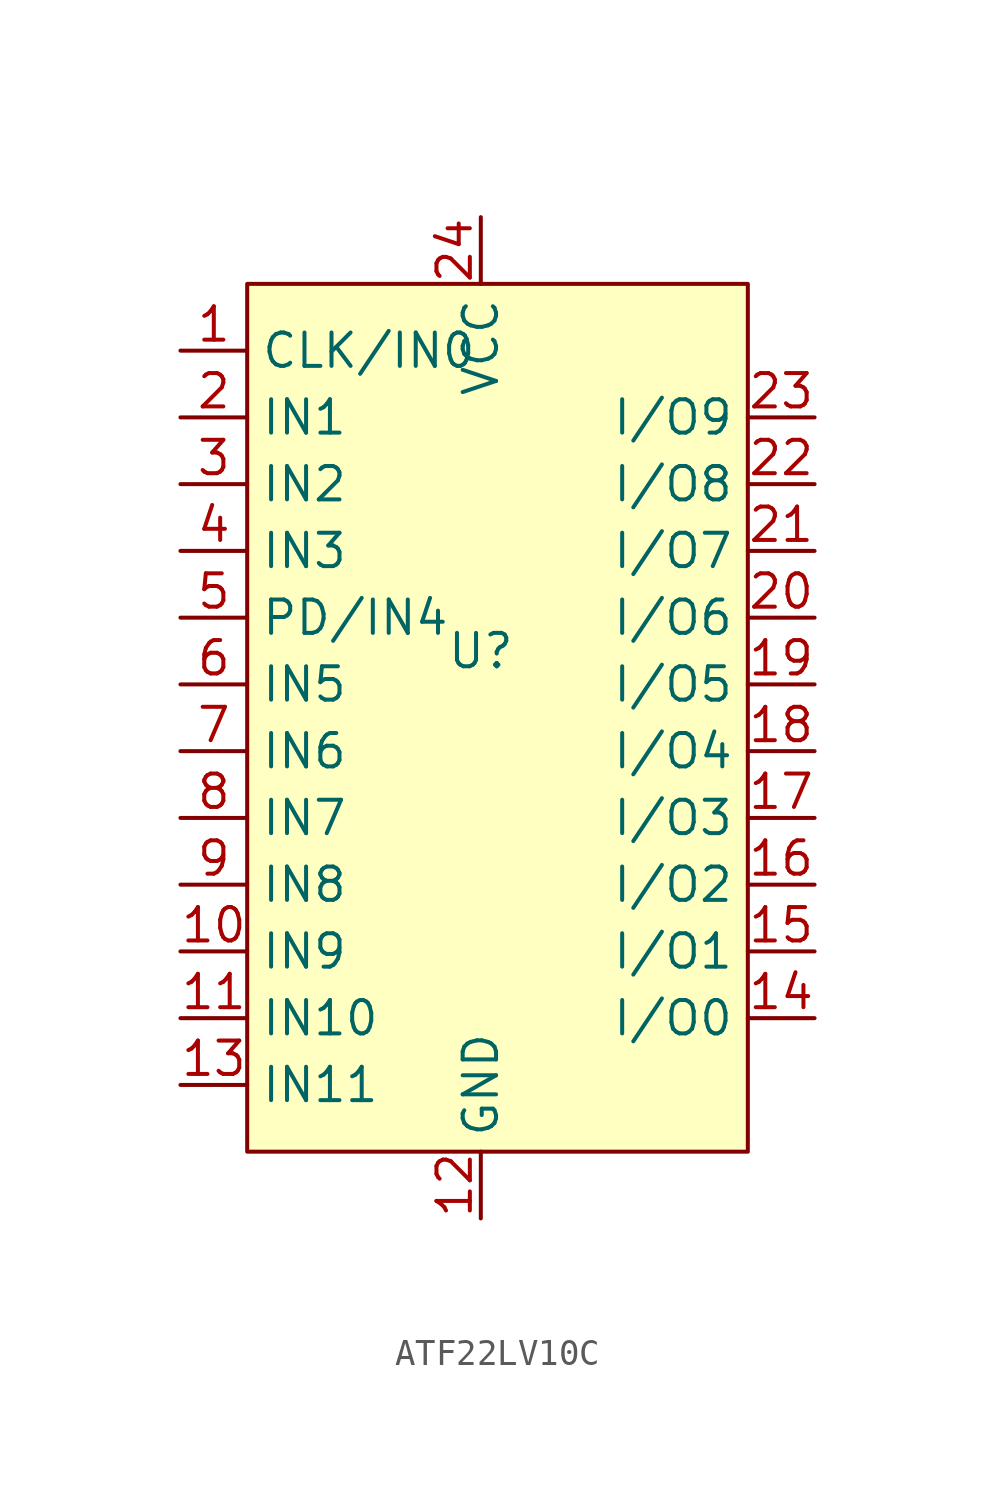
<source format=kicad_sym>
(kicad_symbol_lib
  (version 20231120)
  (generator "kicad_symbol_editor")
  (generator_version "8.0")
  (symbol "ATF22LV10C"
    (property "Reference" "U"
      (at 0 0 0)
      (effects (font (size 1.27 1.27))))
    (property "Value" ""
      (at 0 0 0)
      (effects (font (size 1.27 1.27))))
    (symbol "ATF22LV10C_1_1"
      (rectangle (start -8.89 13.97) (end 10.16 -19.05) (stroke (width 0) (type default)) (fill (type background)))
      (pin input line (at -11.43 11.43 0) (length 2.54) (name "CLK/IN0" (effects (font (size 1.27 1.27)))) (number "1" (effects (font (size 1.27 1.27)))))
      (pin input line (at -11.43 -11.43 0) (length 2.54) (name "IN9" (effects (font (size 1.27 1.27)))) (number "10" (effects (font (size 1.27 1.27)))))
      (pin input line (at -11.43 -13.97 0) (length 2.54) (name "IN10" (effects (font (size 1.27 1.27)))) (number "11" (effects (font (size 1.27 1.27)))))
      (pin power_in line (at 0 -21.59 90) (length 2.54) (name "GND" (effects (font (size 1.27 1.27)))) (number "12" (effects (font (size 1.27 1.27)))))
      (pin input line (at -11.43 -16.51 0) (length 2.54) (name "IN11" (effects (font (size 1.27 1.27)))) (number "13" (effects (font (size 1.27 1.27)))))
      (pin bidirectional line (at 12.7 -13.97 180) (length 2.54) (name "I/O0" (effects (font (size 1.27 1.27)))) (number "14" (effects (font (size 1.27 1.27)))))
      (pin bidirectional line (at 12.7 -11.43 180) (length 2.54) (name "I/O1" (effects (font (size 1.27 1.27)))) (number "15" (effects (font (size 1.27 1.27)))))
      (pin bidirectional line (at 12.7 -8.89 180) (length 2.54) (name "I/O2" (effects (font (size 1.27 1.27)))) (number "16" (effects (font (size 1.27 1.27)))))
      (pin bidirectional line (at 12.7 -6.35 180) (length 2.54) (name "I/O3" (effects (font (size 1.27 1.27)))) (number "17" (effects (font (size 1.27 1.27)))))
      (pin bidirectional line (at 12.7 -3.81 180) (length 2.54) (name "I/O4" (effects (font (size 1.27 1.27)))) (number "18" (effects (font (size 1.27 1.27)))))
      (pin bidirectional line (at 12.7 -1.27 180) (length 2.54) (name "I/O5" (effects (font (size 1.27 1.27)))) (number "19" (effects (font (size 1.27 1.27)))))
      (pin input line (at -11.43 8.89 0) (length 2.54) (name "IN1" (effects (font (size 1.27 1.27)))) (number "2" (effects (font (size 1.27 1.27)))))
      (pin bidirectional line (at 12.7 1.27 180) (length 2.54) (name "I/O6" (effects (font (size 1.27 1.27)))) (number "20" (effects (font (size 1.27 1.27)))))
      (pin bidirectional line (at 12.7 3.81 180) (length 2.54) (name "I/O7" (effects (font (size 1.27 1.27)))) (number "21" (effects (font (size 1.27 1.27)))))
      (pin bidirectional line (at 12.7 6.35 180) (length 2.54) (name "I/O8" (effects (font (size 1.27 1.27)))) (number "22" (effects (font (size 1.27 1.27)))))
      (pin bidirectional line (at 12.7 8.89 180) (length 2.54) (name "I/O9" (effects (font (size 1.27 1.27)))) (number "23" (effects (font (size 1.27 1.27)))))
      (pin power_in line (at 0 16.51 270) (length 2.54) (name "VCC" (effects (font (size 1.27 1.27)))) (number "24" (effects (font (size 1.27 1.27)))))
      (pin input line (at -11.43 6.35 0) (length 2.54) (name "IN2" (effects (font (size 1.27 1.27)))) (number "3" (effects (font (size 1.27 1.27)))))
      (pin input line (at -11.43 3.81 0) (length 2.54) (name "IN3" (effects (font (size 1.27 1.27)))) (number "4" (effects (font (size 1.27 1.27)))))
      (pin input line (at -11.43 1.27 0) (length 2.54) (name "PD/IN4" (effects (font (size 1.27 1.27)))) (number "5" (effects (font (size 1.27 1.27)))))
      (pin input line (at -11.43 -1.27 0) (length 2.54) (name "IN5" (effects (font (size 1.27 1.27)))) (number "6" (effects (font (size 1.27 1.27)))))
      (pin input line (at -11.43 -3.81 0) (length 2.54) (name "IN6" (effects (font (size 1.27 1.27)))) (number "7" (effects (font (size 1.27 1.27)))))
      (pin input line (at -11.43 -6.35 0) (length 2.54) (name "IN7" (effects (font (size 1.27 1.27)))) (number "8" (effects (font (size 1.27 1.27)))))
      (pin input line (at -11.43 -8.89 0) (length 2.54) (name "IN8" (effects (font (size 1.27 1.27)))) (number "9" (effects (font (size 1.27 1.27))))))))
</source>
